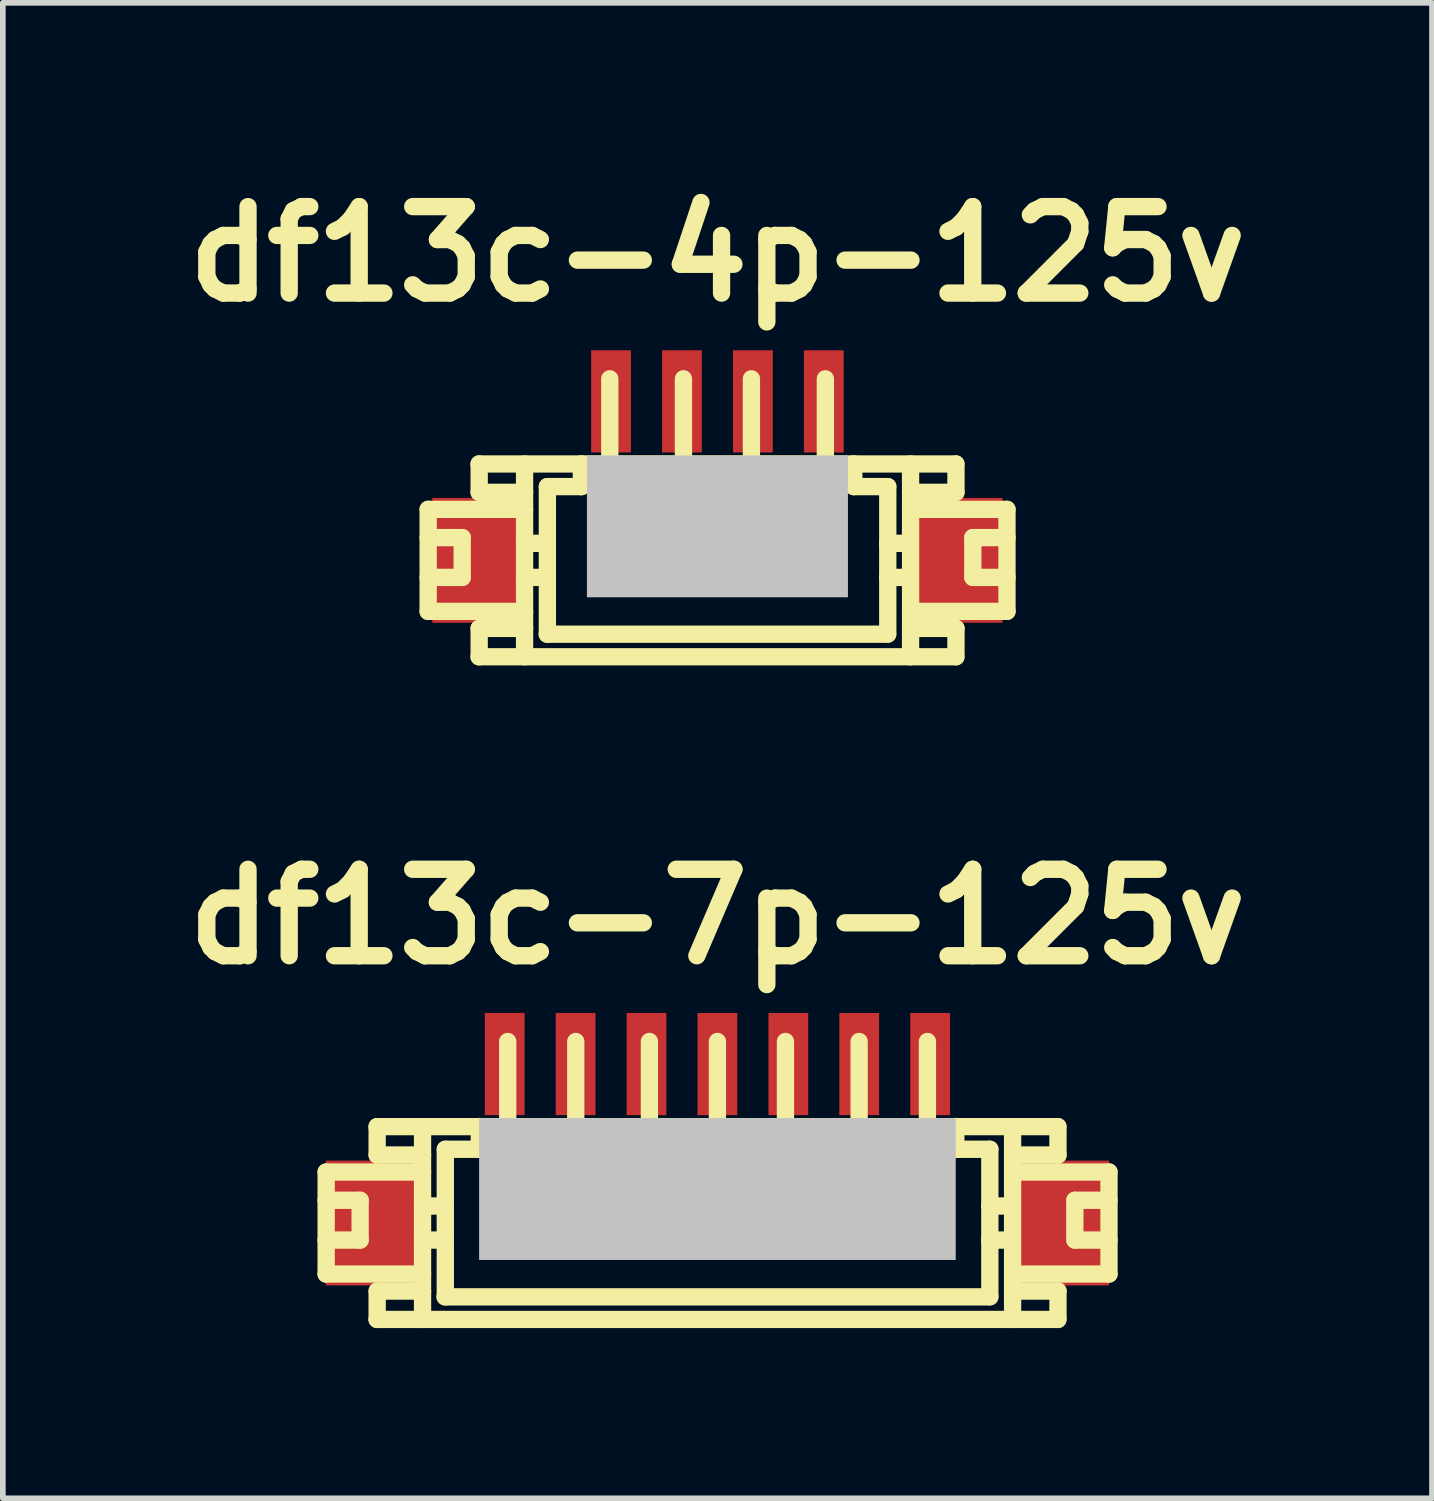
<source format=kicad_pcb>
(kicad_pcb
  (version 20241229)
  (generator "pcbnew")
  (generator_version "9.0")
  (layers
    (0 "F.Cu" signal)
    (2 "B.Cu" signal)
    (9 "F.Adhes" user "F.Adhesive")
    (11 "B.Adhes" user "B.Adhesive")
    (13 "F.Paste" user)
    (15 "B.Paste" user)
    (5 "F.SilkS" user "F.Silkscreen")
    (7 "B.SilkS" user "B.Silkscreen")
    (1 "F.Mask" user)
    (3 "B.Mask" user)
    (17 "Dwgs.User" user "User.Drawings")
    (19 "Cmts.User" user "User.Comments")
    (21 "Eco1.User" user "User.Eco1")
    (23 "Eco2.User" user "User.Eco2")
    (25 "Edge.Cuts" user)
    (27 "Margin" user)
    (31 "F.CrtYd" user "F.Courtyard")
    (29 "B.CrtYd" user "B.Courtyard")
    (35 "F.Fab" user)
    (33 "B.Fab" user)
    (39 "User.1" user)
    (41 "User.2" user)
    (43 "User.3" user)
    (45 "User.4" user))
  (footprint "df13c-4p-125v"
    (layer "F.Cu")
    (at 9.594 6.026)
    (property "Reference" "df13c-4p-125v" (at 0 -4.6 0) (layer "F.SilkS") (effects (font (size 1.524 1.524) (thickness 0.305))))
    (attr through_hole)
    (fp_line (start -5.098 -0.099) (end -3.399 -0.099) (stroke (width 0.305) (type solid)) (layer "F.SilkS"))
    (fp_line (start -5.098 0.399) (end -4.498 0.399) (stroke (width 0.305) (type solid)) (layer "F.SilkS"))
    (fp_line (start -5.098 1.699) (end -5.098 -0.099) (stroke (width 0.305) (type solid)) (layer "F.SilkS"))
    (fp_line (start -5.098 1.699) (end -3.399 1.699) (stroke (width 0.305) (type solid)) (layer "F.SilkS"))
    (fp_line (start -4.498 0.399) (end -4.498 1.1) (stroke (width 0.305) (type solid)) (layer "F.SilkS"))
    (fp_line (start -4.498 1.1) (end -5.098 1.1) (stroke (width 0.305) (type solid)) (layer "F.SilkS"))
    (fp_line (start -4.201 -0.899) (end 4.201 -0.899) (stroke (width 0.305) (type solid)) (layer "F.SilkS"))
    (fp_line (start -4.199 -0.399) (end -4.199 -0.899) (stroke (width 0.305) (type solid)) (layer "F.SilkS"))
    (fp_line (start -4.199 2.499) (end -4.199 1.999) (stroke (width 0.305) (type solid)) (layer "F.SilkS"))
    (fp_line (start -3.399 -0.899) (end -3.399 2.499) (stroke (width 0.305) (type solid)) (layer "F.SilkS"))
    (fp_line (start -3.399 -0.399) (end -4.199 -0.399) (stroke (width 0.305) (type solid)) (layer "F.SilkS"))
    (fp_line (start -3.399 0.5) (end -2.997 0.5) (stroke (width 0.305) (type solid)) (layer "F.SilkS"))
    (fp_line (start -3.399 1.1) (end -2.997 1.1) (stroke (width 0.305) (type solid)) (layer "F.SilkS"))
    (fp_line (start -3.399 1.999) (end -4.199 1.999) (stroke (width 0.305) (type solid)) (layer "F.SilkS"))
    (fp_line (start -3 2.101) (end 3 2.101) (stroke (width 0.305) (type solid)) (layer "F.SilkS"))
    (fp_line (start -2.997 -0.5) (end -2.398 -0.5) (stroke (width 0.305) (type solid)) (layer "F.SilkS"))
    (fp_line (start -2.997 2.101) (end -2.997 -0.5) (stroke (width 0.305) (type solid)) (layer "F.SilkS"))
    (fp_line (start -2.398 -0.902) (end -2.398 -0.5) (stroke (width 0.305) (type solid)) (layer "F.SilkS"))
    (fp_line (start -1.999 0.998) (end -1.999 1.199) (stroke (width 0.305) (type solid)) (layer "F.SilkS"))
    (fp_line (start -1.999 1.199) (end -1.798 1.199) (stroke (width 0.305) (type solid)) (layer "F.SilkS"))
    (fp_line (start -1.897 -0.902) (end -1.897 -2.4) (stroke (width 0.305) (type solid)) (layer "F.SilkS"))
    (fp_line (start -1.798 0.998) (end -1.999 0.998) (stroke (width 0.305) (type solid)) (layer "F.SilkS"))
    (fp_line (start -1.798 1.199) (end -1.798 0.998) (stroke (width 0.305) (type solid)) (layer "F.SilkS"))
    (fp_line (start -0.699 1.001) (end -0.5 1.001) (stroke (width 0.305) (type solid)) (layer "F.SilkS"))
    (fp_line (start -0.699 1.199) (end -0.699 1.001) (stroke (width 0.305) (type solid)) (layer "F.SilkS"))
    (fp_line (start -0.599 -0.899) (end -0.599 -2.4) (stroke (width 0.305) (type solid)) (layer "F.SilkS"))
    (fp_line (start -0.5 1.001) (end -0.5 1.199) (stroke (width 0.305) (type solid)) (layer "F.SilkS"))
    (fp_line (start -0.5 1.199) (end -0.699 1.199) (stroke (width 0.305) (type solid)) (layer "F.SilkS"))
    (fp_line (start 0.5 1.001) (end 0.699 1.001) (stroke (width 0.305) (type solid)) (layer "F.SilkS"))
    (fp_line (start 0.5 1.199) (end 0.5 1.001) (stroke (width 0.305) (type solid)) (layer "F.SilkS"))
    (fp_line (start 0.599 -0.899) (end 0.599 -2.4) (stroke (width 0.305) (type solid)) (layer "F.SilkS"))
    (fp_line (start 0.699 1.001) (end 0.699 1.199) (stroke (width 0.305) (type solid)) (layer "F.SilkS"))
    (fp_line (start 0.699 1.199) (end 0.5 1.199) (stroke (width 0.305) (type solid)) (layer "F.SilkS"))
    (fp_line (start 1.803 0.998) (end 2.004 0.998) (stroke (width 0.305) (type solid)) (layer "F.SilkS"))
    (fp_line (start 1.803 1.199) (end 1.803 0.998) (stroke (width 0.305) (type solid)) (layer "F.SilkS"))
    (fp_line (start 1.902 -0.902) (end 1.902 -2.4) (stroke (width 0.305) (type solid)) (layer "F.SilkS"))
    (fp_line (start 2.004 0.998) (end 2.004 1.199) (stroke (width 0.305) (type solid)) (layer "F.SilkS"))
    (fp_line (start 2.004 1.199) (end 1.803 1.199) (stroke (width 0.305) (type solid)) (layer "F.SilkS"))
    (fp_line (start 2.403 -0.5) (end 2.403 -0.902) (stroke (width 0.305) (type solid)) (layer "F.SilkS"))
    (fp_line (start 3 1.1) (end 3.401 1.1) (stroke (width 0.305) (type solid)) (layer "F.SilkS"))
    (fp_line (start 3.002 -0.5) (end 2.403 -0.5) (stroke (width 0.305) (type solid)) (layer "F.SilkS"))
    (fp_line (start 3.002 2.098) (end 3.002 -0.5) (stroke (width 0.305) (type solid)) (layer "F.SilkS"))
    (fp_line (start 3.401 0.5) (end 3 0.5) (stroke (width 0.305) (type solid)) (layer "F.SilkS"))
    (fp_line (start 3.404 -0.899) (end 3.404 2.499) (stroke (width 0.305) (type solid)) (layer "F.SilkS"))
    (fp_line (start 4.201 2.499) (end -4.201 2.499) (stroke (width 0.305) (type solid)) (layer "F.SilkS"))
    (fp_line (start 4.204 -0.399) (end 3.404 -0.399) (stroke (width 0.305) (type solid)) (layer "F.SilkS"))
    (fp_line (start 4.204 -0.399) (end 4.204 -0.899) (stroke (width 0.305) (type solid)) (layer "F.SilkS"))
    (fp_line (start 4.204 1.999) (end 3.404 1.999) (stroke (width 0.305) (type solid)) (layer "F.SilkS"))
    (fp_line (start 4.204 2.499) (end 4.204 1.999) (stroke (width 0.305) (type solid)) (layer "F.SilkS"))
    (fp_line (start 4.501 0.399) (end 4.501 1.1) (stroke (width 0.305) (type solid)) (layer "F.SilkS"))
    (fp_line (start 4.503 0.399) (end 5.103 0.399) (stroke (width 0.305) (type solid)) (layer "F.SilkS"))
    (fp_line (start 4.503 1.1) (end 5.103 1.1) (stroke (width 0.305) (type solid)) (layer "F.SilkS"))
    (fp_line (start 5.103 -0.099) (end 3.404 -0.099) (stroke (width 0.305) (type solid)) (layer "F.SilkS"))
    (fp_line (start 5.103 -0.099) (end 5.103 1.699) (stroke (width 0.305) (type solid)) (layer "F.SilkS"))
    (fp_line (start 5.103 1.699) (end 3.404 1.699) (stroke (width 0.305) (type solid)) (layer "F.SilkS"))
    (pad "" smd rect (at -4.224 0.8) (size 1.6 2.2) (layers "F.Cu" "F.Mask" "F.Paste"))
    (pad "" smd rect (at 0 0.201) (size 4.6 2.499) (layers "Dwgs.User"))
    (pad "" smd rect (at 4.224 0.8) (size 1.6 2.2) (layers "F.Cu" "F.Mask" "F.Paste"))
    (pad "1" smd rect (at -1.875 -2.002) (size 0.701 1.801) (layers "F.Cu" "F.Mask" "F.Paste"))
    (pad "2" smd rect (at -0.625 -2.002) (size 0.701 1.801) (layers "F.Cu" "F.Mask" "F.Paste"))
    (pad "3" smd rect (at 0.625 -2.002) (size 0.701 1.801) (layers "F.Cu" "F.Mask" "F.Paste"))
    (pad "4" smd rect (at 1.875 -2.002) (size 0.701 1.801) (layers "F.Cu" "F.Mask" "F.Paste")))
  (footprint "df13c-7p-125v"
    (layer "F.Cu")
    (at 9.594 17.705)
    (property "Reference" "df13c-7p-125v" (at 0 -4.6 0) (layer "F.SilkS") (effects (font (size 1.524 1.524) (thickness 0.305))))
    (attr through_hole)
    (fp_line (start -6.896 -0.099) (end -5.197 -0.099) (stroke (width 0.305) (type solid)) (layer "F.SilkS"))
    (fp_line (start -6.896 0.399) (end -6.297 0.399) (stroke (width 0.305) (type solid)) (layer "F.SilkS"))
    (fp_line (start -6.896 1.699) (end -6.896 -0.099) (stroke (width 0.305) (type solid)) (layer "F.SilkS"))
    (fp_line (start -6.896 1.699) (end -5.197 1.699) (stroke (width 0.305) (type solid)) (layer "F.SilkS"))
    (fp_line (start -6.297 0.399) (end -6.297 1.1) (stroke (width 0.305) (type solid)) (layer "F.SilkS"))
    (fp_line (start -6.297 1.1) (end -6.896 1.1) (stroke (width 0.305) (type solid)) (layer "F.SilkS"))
    (fp_line (start -5.999 -0.899) (end 5.999 -0.899) (stroke (width 0.305) (type solid)) (layer "F.SilkS"))
    (fp_line (start -5.999 2.499) (end 5.999 2.499) (stroke (width 0.305) (type solid)) (layer "F.SilkS"))
    (fp_line (start -5.997 -0.399) (end -5.997 -0.899) (stroke (width 0.305) (type solid)) (layer "F.SilkS"))
    (fp_line (start -5.997 2.499) (end -5.997 1.999) (stroke (width 0.305) (type solid)) (layer "F.SilkS"))
    (fp_line (start -5.197 -0.899) (end -5.197 2.499) (stroke (width 0.305) (type solid)) (layer "F.SilkS"))
    (fp_line (start -5.197 -0.399) (end -5.997 -0.399) (stroke (width 0.305) (type solid)) (layer "F.SilkS"))
    (fp_line (start -5.197 0.5) (end -4.796 0.5) (stroke (width 0.305) (type solid)) (layer "F.SilkS"))
    (fp_line (start -5.197 1.1) (end -4.796 1.1) (stroke (width 0.305) (type solid)) (layer "F.SilkS"))
    (fp_line (start -5.197 1.999) (end -5.997 1.999) (stroke (width 0.305) (type solid)) (layer "F.SilkS"))
    (fp_line (start -4.796 -0.5) (end -4.196 -0.5) (stroke (width 0.305) (type solid)) (layer "F.SilkS"))
    (fp_line (start -4.796 2.101) (end -4.796 -0.5) (stroke (width 0.305) (type solid)) (layer "F.SilkS"))
    (fp_line (start -4.196 -0.902) (end -4.196 -0.5) (stroke (width 0.305) (type solid)) (layer "F.SilkS"))
    (fp_line (start -3.797 0.998) (end -3.797 1.199) (stroke (width 0.305) (type solid)) (layer "F.SilkS"))
    (fp_line (start -3.797 1.199) (end -3.597 1.199) (stroke (width 0.305) (type solid)) (layer "F.SilkS"))
    (fp_line (start -3.696 -0.902) (end -3.696 -2.4) (stroke (width 0.305) (type solid)) (layer "F.SilkS"))
    (fp_line (start -3.597 0.998) (end -3.797 0.998) (stroke (width 0.305) (type solid)) (layer "F.SilkS"))
    (fp_line (start -3.597 1.199) (end -3.597 0.998) (stroke (width 0.305) (type solid)) (layer "F.SilkS"))
    (fp_line (start -2.598 1.001) (end -2.4 1.001) (stroke (width 0.305) (type solid)) (layer "F.SilkS"))
    (fp_line (start -2.598 1.199) (end -2.598 1.001) (stroke (width 0.305) (type solid)) (layer "F.SilkS"))
    (fp_line (start -2.497 -0.899) (end -2.497 -2.4) (stroke (width 0.305) (type solid)) (layer "F.SilkS"))
    (fp_line (start -2.4 1.001) (end -2.4 1.199) (stroke (width 0.305) (type solid)) (layer "F.SilkS"))
    (fp_line (start -2.4 1.199) (end -2.598 1.199) (stroke (width 0.305) (type solid)) (layer "F.SilkS"))
    (fp_line (start -1.298 1.001) (end -1.1 1.001) (stroke (width 0.305) (type solid)) (layer "F.SilkS"))
    (fp_line (start -1.298 1.199) (end -1.298 1.001) (stroke (width 0.305) (type solid)) (layer "F.SilkS"))
    (fp_line (start -1.199 -2.4) (end -1.199 -0.899) (stroke (width 0.305) (type solid)) (layer "F.SilkS"))
    (fp_line (start -1.1 1.001) (end -1.1 1.199) (stroke (width 0.305) (type solid)) (layer "F.SilkS"))
    (fp_line (start -1.1 1.199) (end -1.298 1.199) (stroke (width 0.305) (type solid)) (layer "F.SilkS"))
    (fp_line (start -0.099 1.001) (end 0.099 1.001) (stroke (width 0.305) (type solid)) (layer "F.SilkS"))
    (fp_line (start -0.099 1.199) (end -0.099 1.001) (stroke (width 0.305) (type solid)) (layer "F.SilkS"))
    (fp_line (start 0 -0.899) (end 0 -2.4) (stroke (width 0.305) (type solid)) (layer "F.SilkS"))
    (fp_line (start 0.099 1.001) (end 0.099 1.199) (stroke (width 0.305) (type solid)) (layer "F.SilkS"))
    (fp_line (start 0.099 1.199) (end -0.099 1.199) (stroke (width 0.305) (type solid)) (layer "F.SilkS"))
    (fp_line (start 1.097 1.001) (end 1.298 1.001) (stroke (width 0.305) (type solid)) (layer "F.SilkS"))
    (fp_line (start 1.097 1.199) (end 1.097 1.001) (stroke (width 0.305) (type solid)) (layer "F.SilkS"))
    (fp_line (start 1.199 -0.899) (end 1.199 -2.4) (stroke (width 0.305) (type solid)) (layer "F.SilkS"))
    (fp_line (start 1.298 1.001) (end 1.298 1.199) (stroke (width 0.305) (type solid)) (layer "F.SilkS"))
    (fp_line (start 1.298 1.199) (end 1.097 1.199) (stroke (width 0.305) (type solid)) (layer "F.SilkS"))
    (fp_line (start 2.398 1.001) (end 2.596 1.001) (stroke (width 0.305) (type solid)) (layer "F.SilkS"))
    (fp_line (start 2.398 1.199) (end 2.398 1.001) (stroke (width 0.305) (type solid)) (layer "F.SilkS"))
    (fp_line (start 2.497 -0.899) (end 2.497 -2.4) (stroke (width 0.305) (type solid)) (layer "F.SilkS"))
    (fp_line (start 2.596 1.001) (end 2.596 1.199) (stroke (width 0.305) (type solid)) (layer "F.SilkS"))
    (fp_line (start 2.596 1.199) (end 2.398 1.199) (stroke (width 0.305) (type solid)) (layer "F.SilkS"))
    (fp_line (start 3.602 0.998) (end 3.802 0.998) (stroke (width 0.305) (type solid)) (layer "F.SilkS"))
    (fp_line (start 3.602 1.199) (end 3.602 0.998) (stroke (width 0.305) (type solid)) (layer "F.SilkS"))
    (fp_line (start 3.701 -0.902) (end 3.701 -2.4) (stroke (width 0.305) (type solid)) (layer "F.SilkS"))
    (fp_line (start 3.802 0.998) (end 3.802 1.199) (stroke (width 0.305) (type solid)) (layer "F.SilkS"))
    (fp_line (start 3.802 1.199) (end 3.602 1.199) (stroke (width 0.305) (type solid)) (layer "F.SilkS"))
    (fp_line (start 4.201 -0.5) (end 4.201 -0.902) (stroke (width 0.305) (type solid)) (layer "F.SilkS"))
    (fp_line (start 4.798 1.1) (end 5.199 1.1) (stroke (width 0.305) (type solid)) (layer "F.SilkS"))
    (fp_line (start 4.801 -0.5) (end 4.201 -0.5) (stroke (width 0.305) (type solid)) (layer "F.SilkS"))
    (fp_line (start 4.801 2.098) (end 4.801 -0.5) (stroke (width 0.305) (type solid)) (layer "F.SilkS"))
    (fp_line (start 4.801 2.101) (end -4.801 2.101) (stroke (width 0.305) (type solid)) (layer "F.SilkS"))
    (fp_line (start 5.199 0.5) (end 4.798 0.5) (stroke (width 0.305) (type solid)) (layer "F.SilkS"))
    (fp_line (start 5.202 -0.899) (end 5.202 2.499) (stroke (width 0.305) (type solid)) (layer "F.SilkS"))
    (fp_line (start 6.002 -0.399) (end 5.202 -0.399) (stroke (width 0.305) (type solid)) (layer "F.SilkS"))
    (fp_line (start 6.002 -0.399) (end 6.002 -0.899) (stroke (width 0.305) (type solid)) (layer "F.SilkS"))
    (fp_line (start 6.002 1.999) (end 5.202 1.999) (stroke (width 0.305) (type solid)) (layer "F.SilkS"))
    (fp_line (start 6.002 2.499) (end 6.002 1.999) (stroke (width 0.305) (type solid)) (layer "F.SilkS"))
    (fp_line (start 6.299 0.399) (end 6.299 1.1) (stroke (width 0.305) (type solid)) (layer "F.SilkS"))
    (fp_line (start 6.302 0.399) (end 6.901 0.399) (stroke (width 0.305) (type solid)) (layer "F.SilkS"))
    (fp_line (start 6.302 1.1) (end 6.901 1.1) (stroke (width 0.305) (type solid)) (layer "F.SilkS"))
    (fp_line (start 6.901 -0.099) (end 5.202 -0.099) (stroke (width 0.305) (type solid)) (layer "F.SilkS"))
    (fp_line (start 6.901 -0.099) (end 6.901 1.699) (stroke (width 0.305) (type solid)) (layer "F.SilkS"))
    (fp_line (start 6.901 1.699) (end 5.202 1.699) (stroke (width 0.305) (type solid)) (layer "F.SilkS"))
    (pad "" smd rect (at -6.101 0.8) (size 1.6 2.2) (layers "F.Cu" "F.Mask" "F.Paste"))
    (pad "" smd rect (at 0 0.201) (size 8.4 2.499) (layers "Dwgs.User"))
    (pad "" smd rect (at 6.101 0.8) (size 1.6 2.2) (layers "F.Cu" "F.Mask" "F.Paste"))
    (pad "1" smd rect (at -3.749 -2.002) (size 0.701 1.801) (layers "F.Cu" "F.Mask" "F.Paste"))
    (pad "2" smd rect (at -2.499 -2.002) (size 0.701 1.801) (layers "F.Cu" "F.Mask" "F.Paste"))
    (pad "3" smd rect (at -1.25 -2.002) (size 0.701 1.801) (layers "F.Cu" "F.Mask" "F.Paste"))
    (pad "4" smd rect (at 0 -2.002) (size 0.701 1.801) (layers "F.Cu" "F.Mask" "F.Paste"))
    (pad "5" smd rect (at 1.25 -2.002) (size 0.701 1.801) (layers "F.Cu" "F.Mask" "F.Paste"))
    (pad "6" smd rect (at 2.499 -2.002) (size 0.701 1.801) (layers "F.Cu" "F.Mask" "F.Paste"))
    (pad "7" smd rect (at 3.749 -2.002) (size 0.701 1.801) (layers "F.Cu" "F.Mask" "F.Paste")))
  (gr_rect
    (start -3 -3)
    (end 22.188 23.356)
    (stroke (width 0.1) (type default))
    (fill no)
    (layer "Edge.Cuts")))
</source>
